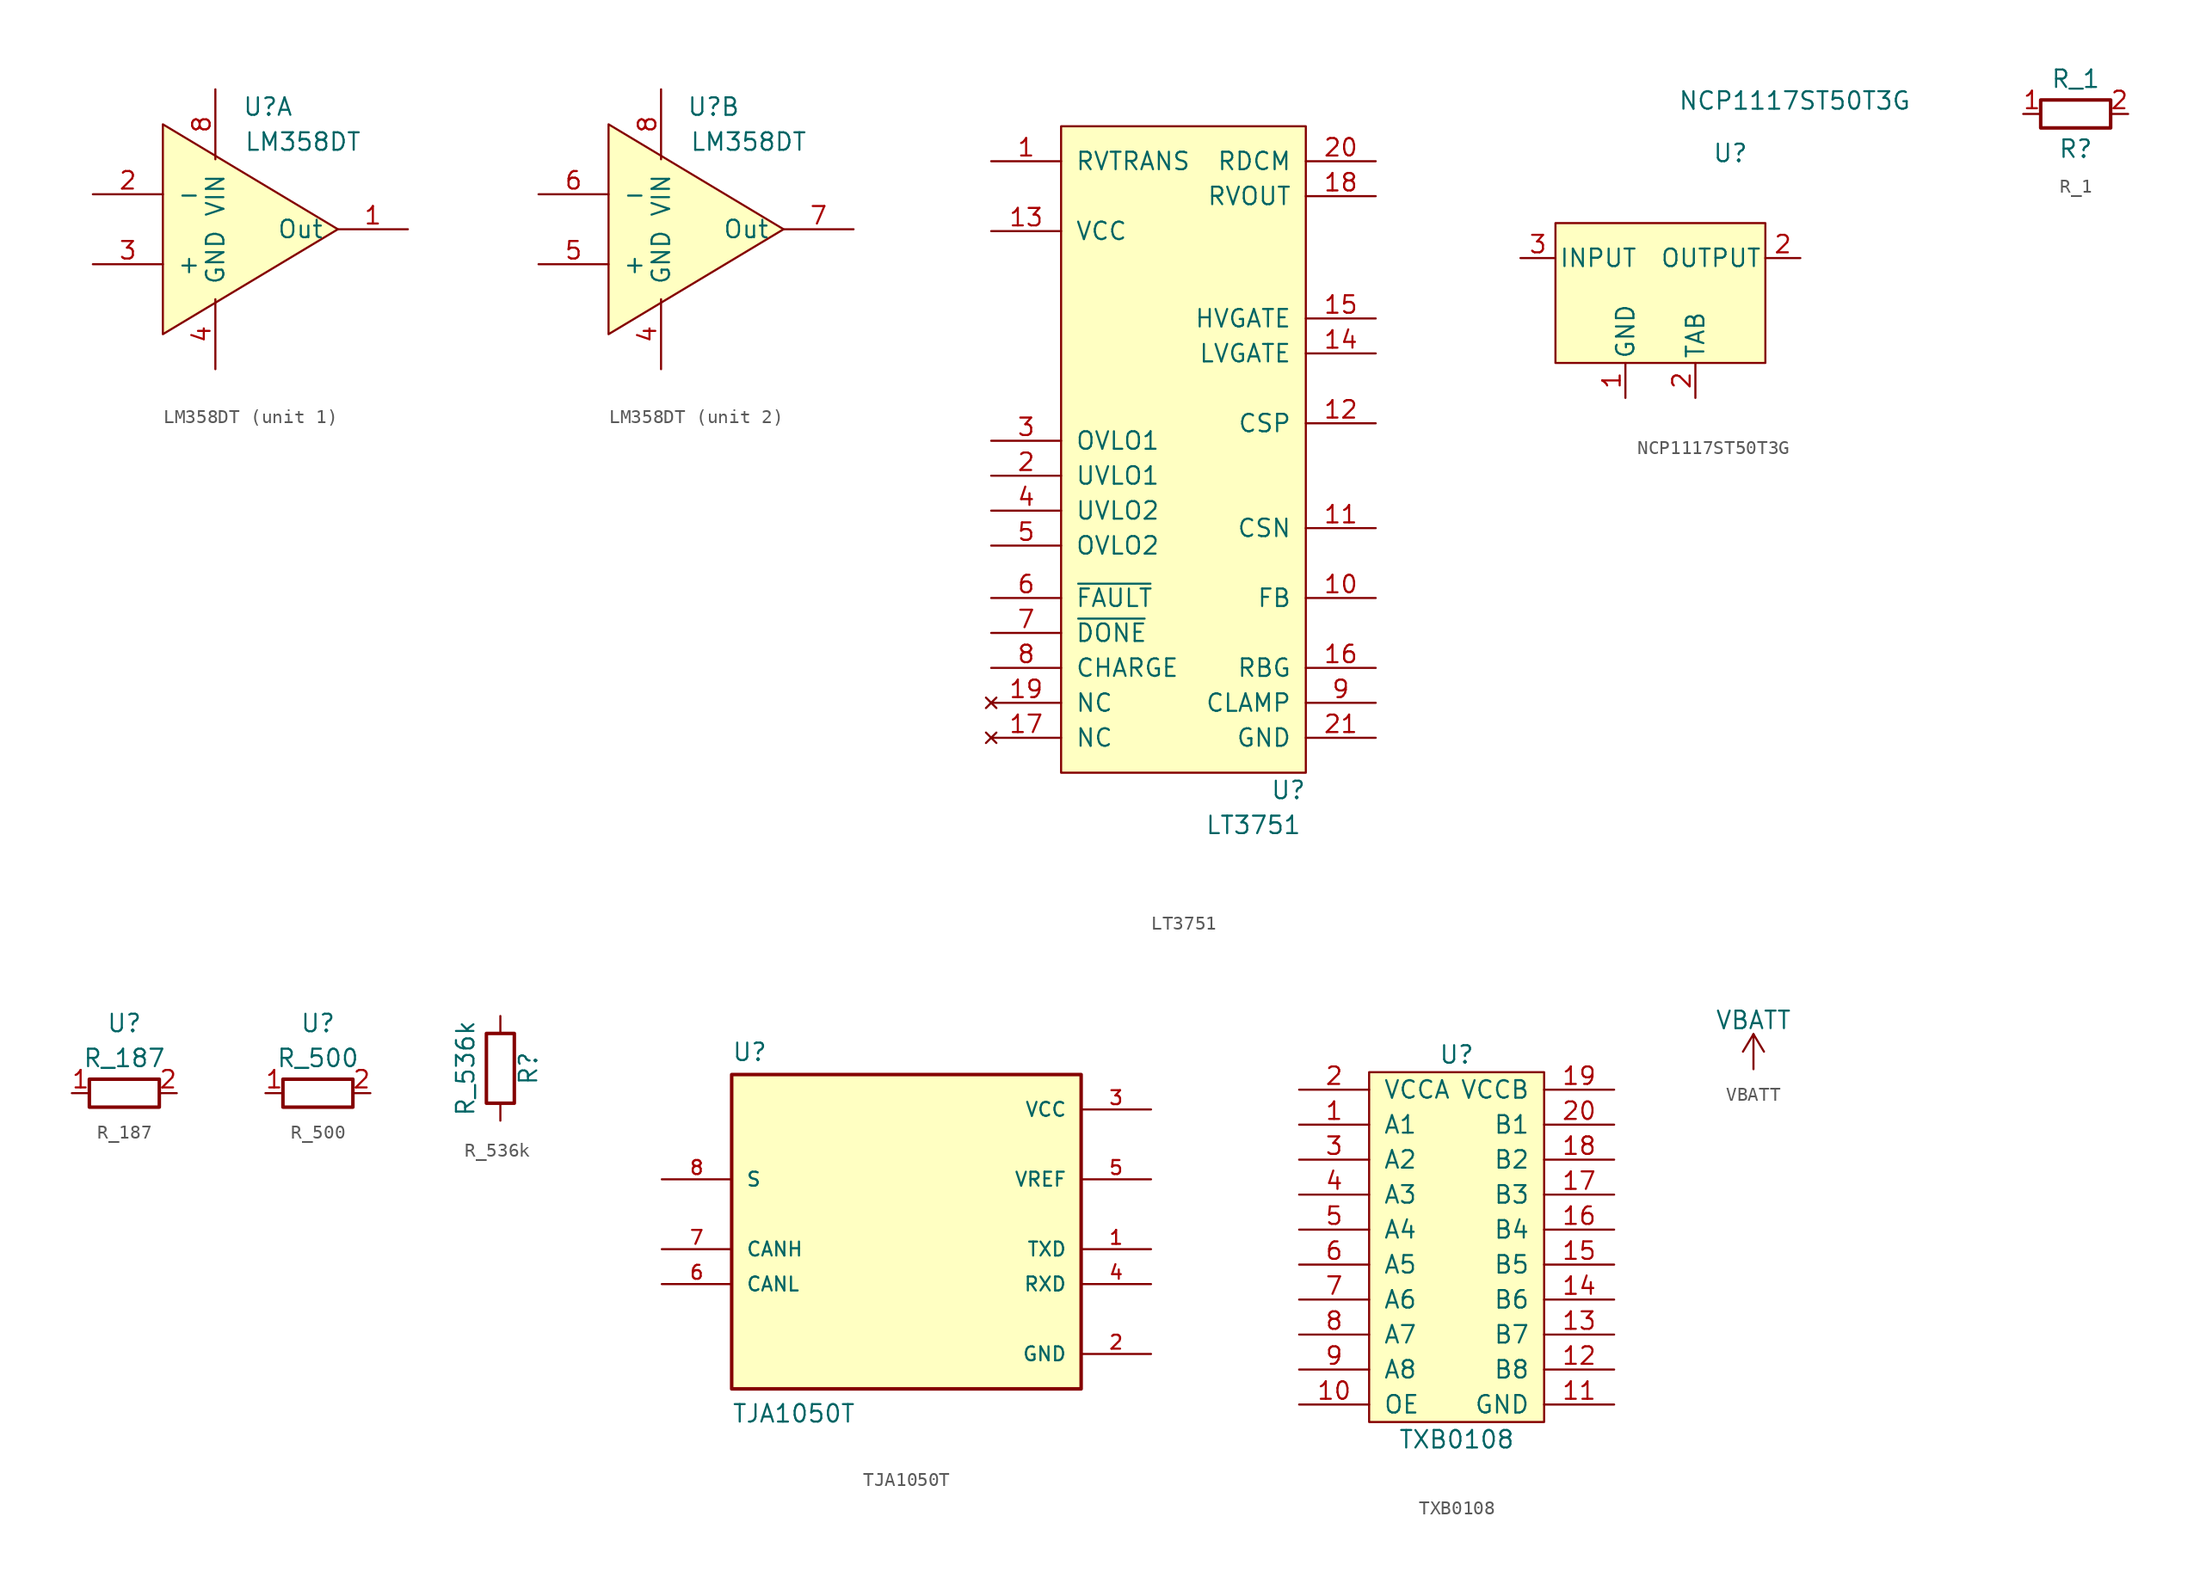
<source format=kicad_sym>
(kicad_symbol_lib
  (version 20211014)
  (generator kicad_symbol_editor)
  (symbol "LM358DT"
    (pin_names
      (offset 1.016))
    (property "Reference" "U"
      (at 3.81 8.89 0)
      (effects (font (size 1.27 1.27))))
    (property "Value" "LM358DT"
      (at 6.35 6.35 0)
      (effects (font (size 1.27 1.27))))
    (symbol "LM358DT_0_1"
      (polyline (pts (xy -3.81 7.62) (xy -3.81 -7.62) (xy 8.89 0) (xy -3.81 7.62)) (stroke (width 0) (type default) (color 0 0 0 0)) (fill (type background))))
    (symbol "LM358DT_1_1"
      (pin input line (at 13.97 0 180) (length 5.08) (name "Out" (effects (font (size 1.27 1.27)))) (number "1" (effects (font (size 1.27 1.27)))))
      (pin input line (at -8.89 2.54 0) (length 5.08) (name "-" (effects (font (size 1.27 1.27)))) (number "2" (effects (font (size 1.27 1.27)))))
      (pin input line (at -8.89 -2.54 0) (length 5.08) (name "+" (effects (font (size 1.27 1.27)))) (number "3" (effects (font (size 1.27 1.27)))))
      (pin input line (at 0 -10.16 90) (length 5.08) (name "GND" (effects (font (size 1.27 1.27)))) (number "4" (effects (font (size 1.27 1.27)))))
      (pin input line (at 0 10.16 270) (length 5.08) (name "VIN" (effects (font (size 1.27 1.27)))) (number "8" (effects (font (size 1.27 1.27))))))
    (symbol "LM358DT_2_1"
      (pin input line (at 0 -10.16 90) (length 5.08) (name "GND" (effects (font (size 1.27 1.27)))) (number "4" (effects (font (size 1.27 1.27)))))
      (pin input line (at -8.89 -2.54 0) (length 5.08) (name "+" (effects (font (size 1.27 1.27)))) (number "5" (effects (font (size 1.27 1.27)))))
      (pin input line (at -8.89 2.54 0) (length 5.08) (name "-" (effects (font (size 1.27 1.27)))) (number "6" (effects (font (size 1.27 1.27)))))
      (pin input line (at 13.97 0 180) (length 5.08) (name "Out" (effects (font (size 1.27 1.27)))) (number "7" (effects (font (size 1.27 1.27)))))
      (pin input line (at 0 10.16 270) (length 5.08) (name "VIN" (effects (font (size 1.27 1.27)))) (number "8" (effects (font (size 1.27 1.27)))))))
  (symbol "LT3751"
    (pin_names
      (offset 1.016))
    (property "Reference" "U"
      (at 7.62 -1.27 0)
      (effects (font (size 1.27 1.27))))
    (property "Value" "LT3751"
      (at 5.08 -3.81 0)
      (effects (font (size 1.27 1.27))))
    (symbol "LT3751_0_0"
      (pin input line (at -13.97 44.45 0) (length 5.08) (name "RVTRANS" (effects (font (size 1.27 1.27)))) (number "1" (effects (font (size 1.27 1.27)))))
      (pin input line (at 13.97 12.7 180) (length 5.08) (name "FB" (effects (font (size 1.27 1.27)))) (number "10" (effects (font (size 1.27 1.27)))))
      (pin input line (at 13.97 17.78 180) (length 5.08) (name "CSN" (effects (font (size 1.27 1.27)))) (number "11" (effects (font (size 1.27 1.27)))))
      (pin input line (at 13.97 25.4 180) (length 5.08) (name "CSP" (effects (font (size 1.27 1.27)))) (number "12" (effects (font (size 1.27 1.27)))))
      (pin power_in line (at -13.97 39.37 0) (length 5.08) (name "VCC" (effects (font (size 1.27 1.27)))) (number "13" (effects (font (size 1.27 1.27)))))
      (pin bidirectional line (at 13.97 30.48 180) (length 5.08) (name "LVGATE" (effects (font (size 1.27 1.27)))) (number "14" (effects (font (size 1.27 1.27)))))
      (pin output line (at 13.97 33.02 180) (length 5.08) (name "HVGATE" (effects (font (size 1.27 1.27)))) (number "15" (effects (font (size 1.27 1.27)))))
      (pin input line (at 13.97 7.62 180) (length 5.08) (name "RBG" (effects (font (size 1.27 1.27)))) (number "16" (effects (font (size 1.27 1.27)))))
      (pin no_connect line (at -13.97 2.54 0) (length 5.08) (name "NC" (effects (font (size 1.27 1.27)))) (number "17" (effects (font (size 1.27 1.27)))))
      (pin input line (at 13.97 41.91 180) (length 5.08) (name "RVOUT" (effects (font (size 1.27 1.27)))) (number "18" (effects (font (size 1.27 1.27)))))
      (pin no_connect line (at -13.97 5.08 0) (length 5.08) (name "NC" (effects (font (size 1.27 1.27)))) (number "19" (effects (font (size 1.27 1.27)))))
      (pin input line (at -13.97 21.59 0) (length 5.08) (name "UVLO1" (effects (font (size 1.27 1.27)))) (number "2" (effects (font (size 1.27 1.27)))))
      (pin input line (at 13.97 44.45 180) (length 5.08) (name "RDCM" (effects (font (size 1.27 1.27)))) (number "20" (effects (font (size 1.27 1.27)))))
      (pin power_in line (at 13.97 2.54 180) (length 5.08) (name "GND" (effects (font (size 1.27 1.27)))) (number "21" (effects (font (size 1.27 1.27)))))
      (pin input line (at -13.97 24.13 0) (length 5.08) (name "OVLO1" (effects (font (size 1.27 1.27)))) (number "3" (effects (font (size 1.27 1.27)))))
      (pin input line (at -13.97 19.05 0) (length 5.08) (name "UVLO2" (effects (font (size 1.27 1.27)))) (number "4" (effects (font (size 1.27 1.27)))))
      (pin input line (at -13.97 16.51 0) (length 5.08) (name "OVLO2" (effects (font (size 1.27 1.27)))) (number "5" (effects (font (size 1.27 1.27)))))
      (pin open_collector line (at -13.97 12.7 0) (length 5.08) (name "~{FAULT}" (effects (font (size 1.27 1.27)))) (number "6" (effects (font (size 1.27 1.27)))))
      (pin open_collector line (at -13.97 10.16 0) (length 5.08) (name "~{DONE}" (effects (font (size 1.27 1.27)))) (number "7" (effects (font (size 1.27 1.27)))))
      (pin input line (at -13.97 7.62 0) (length 5.08) (name "CHARGE" (effects (font (size 1.27 1.27)))) (number "8" (effects (font (size 1.27 1.27)))))
      (pin input line (at 13.97 5.08 180) (length 5.08) (name "CLAMP" (effects (font (size 1.27 1.27)))) (number "9" (effects (font (size 1.27 1.27))))))
    (symbol "LT3751_0_1"
      (rectangle (start -8.89 46.99) (end 8.89 0) (stroke (width 0) (type default) (color 0 0 0 0)) (fill (type background)))))
  (symbol "NCP1117ST50T3G"
    (pin_names
      (offset 0.254))
    (property "Reference" "U"
      (at 5.08 10.16 0)
      (effects (font (size 1.27 1.27))))
    (property "Value" "NCP1117ST50T3G"
      (at 1.27 13.97 0)
      (effects (font (size 1.27 1.27)) (justify left)))
    (symbol "NCP1117ST50T3G_0_1"
      (rectangle (start -7.62 5.08) (end 7.62 -5.08) (stroke (width 0) (type default) (color 0 0 0 0)) (fill (type background))))
    (symbol "NCP1117ST50T3G_1_1"
      (pin power_in line (at -2.54 -7.62 90) (length 2.54) (name "GND" (effects (font (size 1.27 1.27)))) (number "1" (effects (font (size 1.27 1.27)))))
      (pin power_in line (at 10.16 2.54 180) (length 2.54) (name "OUTPUT" (effects (font (size 1.27 1.27)))) (number "2" (effects (font (size 1.27 1.27)))))
      (pin power_in line (at 2.54 -7.62 90) (length 2.54) (name "TAB" (effects (font (size 1.27 1.27)))) (number "2" (effects (font (size 1.27 1.27)))))
      (pin passive line (at -10.16 2.54 0) (length 2.54) (name "INPUT" (effects (font (size 1.27 1.27)))) (number "3" (effects (font (size 1.27 1.27)))))))
  (symbol "R_1"
    (pin_names
      (offset 1.016))
    (property "Reference" "R"
      (at 0 -2.54 0)
      (effects (font (size 1.27 1.27))))
    (property "Value" "R_1"
      (at 0 2.54 0)
      (effects (font (size 1.27 1.27))))
    (symbol "R_1_1_1"
      (rectangle (start 2.54 -1.016) (end -2.54 1.016) (stroke (width 0.254) (type default) (color 0 0 0 0)) (fill (type none)))
      (pin passive line (at -3.81 0 0) (length 1.27) (name "~" (effects (font (size 1.27 1.27)))) (number "1" (effects (font (size 1.27 1.27)))))
      (pin passive line (at 3.81 0 180) (length 1.27) (name "~" (effects (font (size 1.27 1.27)))) (number "2" (effects (font (size 1.27 1.27)))))))
  (symbol "R_187"
    (pin_names
      (offset 1.016))
    (property "Reference" "U"
      (at 0 2.54 0)
      (effects (font (size 1.27 1.27))))
    (property "Value" "R_187"
      (at 0 0 0)
      (effects (font (size 1.27 1.27))))
    (symbol "R_187_1_1"
      (rectangle (start 2.54 -3.556) (end -2.54 -1.524) (stroke (width 0.254) (type default) (color 0 0 0 0)) (fill (type none)))
      (pin passive line (at -3.81 -2.54 0) (length 1.27) (name "~" (effects (font (size 1.27 1.27)))) (number "1" (effects (font (size 1.27 1.27)))))
      (pin passive line (at 3.81 -2.54 180) (length 1.27) (name "~" (effects (font (size 1.27 1.27)))) (number "2" (effects (font (size 1.27 1.27)))))))
  (symbol "R_500"
    (pin_names
      (offset 1.016))
    (property "Reference" "U"
      (at 0 5.08 0)
      (effects (font (size 1.27 1.27))))
    (property "Value" "R_500"
      (at 0 2.54 0)
      (effects (font (size 1.27 1.27))))
    (symbol "R_500_1_1"
      (rectangle (start 2.54 -1.016) (end -2.54 1.016) (stroke (width 0.254) (type default) (color 0 0 0 0)) (fill (type none)))
      (pin passive line (at -3.81 0 0) (length 1.27) (name "~" (effects (font (size 1.27 1.27)))) (number "1" (effects (font (size 1.27 1.27)))))
      (pin passive line (at 3.81 0 180) (length 1.27) (name "~" (effects (font (size 1.27 1.27)))) (number "2" (effects (font (size 1.27 1.27)))))))
  (symbol "R_536k"
    (pin_numbers hide)
    (pin_names
      (offset 0))
    (property "Reference" "R"
      (at 2.032 0 90)
      (effects (font (size 1.27 1.27))))
    (property "Value" "R_536k"
      (at -2.54 0 90)
      (effects (font (size 1.27 1.27))))
    (symbol "R_536k_0_1"
      (rectangle (start -1.016 -2.54) (end 1.016 2.54) (stroke (width 0.254) (type default) (color 0 0 0 0)) (fill (type none))))
    (symbol "R_536k_1_1"
      (pin passive line (at 0 3.81 270) (length 1.27) (name "~" (effects (font (size 1.27 1.27)))) (number "1" (effects (font (size 1.27 1.27)))))
      (pin passive line (at 0 -3.81 90) (length 1.27) (name "~" (effects (font (size 1.27 1.27)))) (number "2" (effects (font (size 1.27 1.27)))))))
  (symbol "TJA1050T"
    (pin_names
      (offset 1.016))
    (property "Reference" "U"
      (at -12.7 11.049 0)
      (effects (font (size 1.27 1.27)) (justify left bottom)))
    (property "Value" "TJA1050T"
      (at -12.7 -15.24 0)
      (effects (font (size 1.27 1.27)) (justify left bottom)))
    (symbol "TJA1050T_0_0"
      (rectangle (start -12.7 -12.7) (end 12.7 10.16) (stroke (width 0.254) (type default) (color 0 0 0 0)) (fill (type background)))
      (pin input line (at 17.78 -2.54 180) (length 5.08) (name "TXD" (effects (font (size 1.016 1.016)))) (number "1" (effects (font (size 1.016 1.016)))))
      (pin power_in line (at 17.78 -10.16 180) (length 5.08) (name "GND" (effects (font (size 1.016 1.016)))) (number "2" (effects (font (size 1.016 1.016)))))
      (pin power_in line (at 17.78 7.62 180) (length 5.08) (name "VCC" (effects (font (size 1.016 1.016)))) (number "3" (effects (font (size 1.016 1.016)))))
      (pin output line (at 17.78 -5.08 180) (length 5.08) (name "RXD" (effects (font (size 1.016 1.016)))) (number "4" (effects (font (size 1.016 1.016)))))
      (pin output line (at 17.78 2.54 180) (length 5.08) (name "VREF" (effects (font (size 1.016 1.016)))) (number "5" (effects (font (size 1.016 1.016)))))
      (pin bidirectional line (at -17.78 -5.08 0) (length 5.08) (name "CANL" (effects (font (size 1.016 1.016)))) (number "6" (effects (font (size 1.016 1.016)))))
      (pin bidirectional line (at -17.78 -2.54 0) (length 5.08) (name "CANH" (effects (font (size 1.016 1.016)))) (number "7" (effects (font (size 1.016 1.016)))))
      (pin input line (at -17.78 2.54 0) (length 5.08) (name "S" (effects (font (size 1.016 1.016)))) (number "8" (effects (font (size 1.016 1.016)))))))
  (symbol "TXB0108"
    (pin_names
      (offset 1.016))
    (property "Reference" "U"
      (at 0 1.27 0)
      (effects (font (size 1.27 1.27))))
    (property "Value" "TXB0108"
      (at 0 -26.67 0)
      (effects (font (size 1.27 1.27))))
    (symbol "TXB0108_0_1"
      (rectangle (start -6.35 0) (end 6.35 -25.4) (stroke (width 0) (type default) (color 0 0 0 0)) (fill (type background))))
    (symbol "TXB0108_1_1"
      (pin bidirectional line (at -11.43 -3.81 0) (length 5.08) (name "A1" (effects (font (size 1.27 1.27)))) (number "1" (effects (font (size 1.27 1.27)))))
      (pin input line (at -11.43 -24.13 0) (length 5.08) (name "OE" (effects (font (size 1.27 1.27)))) (number "10" (effects (font (size 1.27 1.27)))))
      (pin power_in line (at 11.43 -24.13 180) (length 5.08) (name "GND" (effects (font (size 1.27 1.27)))) (number "11" (effects (font (size 1.27 1.27)))))
      (pin bidirectional line (at 11.43 -21.59 180) (length 5.08) (name "B8" (effects (font (size 1.27 1.27)))) (number "12" (effects (font (size 1.27 1.27)))))
      (pin bidirectional line (at 11.43 -19.05 180) (length 5.08) (name "B7" (effects (font (size 1.27 1.27)))) (number "13" (effects (font (size 1.27 1.27)))))
      (pin bidirectional line (at 11.43 -16.51 180) (length 5.08) (name "B6" (effects (font (size 1.27 1.27)))) (number "14" (effects (font (size 1.27 1.27)))))
      (pin bidirectional line (at 11.43 -13.97 180) (length 5.08) (name "B5" (effects (font (size 1.27 1.27)))) (number "15" (effects (font (size 1.27 1.27)))))
      (pin bidirectional line (at 11.43 -11.43 180) (length 5.08) (name "B4" (effects (font (size 1.27 1.27)))) (number "16" (effects (font (size 1.27 1.27)))))
      (pin bidirectional line (at 11.43 -8.89 180) (length 5.08) (name "B3" (effects (font (size 1.27 1.27)))) (number "17" (effects (font (size 1.27 1.27)))))
      (pin bidirectional line (at 11.43 -6.35 180) (length 5.08) (name "B2" (effects (font (size 1.27 1.27)))) (number "18" (effects (font (size 1.27 1.27)))))
      (pin power_in line (at 11.43 -1.27 180) (length 5.08) (name "VCCB" (effects (font (size 1.27 1.27)))) (number "19" (effects (font (size 1.27 1.27)))))
      (pin power_in line (at -11.43 -1.27 0) (length 5.08) (name "VCCA" (effects (font (size 1.27 1.27)))) (number "2" (effects (font (size 1.27 1.27)))))
      (pin bidirectional line (at 11.43 -3.81 180) (length 5.08) (name "B1" (effects (font (size 1.27 1.27)))) (number "20" (effects (font (size 1.27 1.27)))))
      (pin bidirectional line (at -11.43 -6.35 0) (length 5.08) (name "A2" (effects (font (size 1.27 1.27)))) (number "3" (effects (font (size 1.27 1.27)))))
      (pin bidirectional line (at -11.43 -8.89 0) (length 5.08) (name "A3" (effects (font (size 1.27 1.27)))) (number "4" (effects (font (size 1.27 1.27)))))
      (pin bidirectional line (at -11.43 -11.43 0) (length 5.08) (name "A4" (effects (font (size 1.27 1.27)))) (number "5" (effects (font (size 1.27 1.27)))))
      (pin bidirectional line (at -11.43 -13.97 0) (length 5.08) (name "A5" (effects (font (size 1.27 1.27)))) (number "6" (effects (font (size 1.27 1.27)))))
      (pin bidirectional line (at -11.43 -16.51 0) (length 5.08) (name "A6" (effects (font (size 1.27 1.27)))) (number "7" (effects (font (size 1.27 1.27)))))
      (pin bidirectional line (at -11.43 -19.05 0) (length 5.08) (name "A7" (effects (font (size 1.27 1.27)))) (number "8" (effects (font (size 1.27 1.27)))))
      (pin bidirectional line (at -11.43 -21.59 0) (length 5.08) (name "A8" (effects (font (size 1.27 1.27)))) (number "9" (effects (font (size 1.27 1.27)))))))
  (symbol "VBATT"
    (power)
    (pin_names
      (offset 0))
    (property "Reference" "#PWR"
      (at 0 -3.81 0)
      (effects (font (size 1.27 1.27)) hide))
    (property "Value" "VBATT"
      (at 0 3.556 0)
      (effects (font (size 1.27 1.27))))
    (symbol "VBATT_0_1"
      (polyline (pts (xy -0.762 1.27) (xy 0 2.54)) (stroke (width 0) (type default) (color 0 0 0 0)) (fill (type none)))
      (polyline (pts (xy 0 0) (xy 0 2.54)) (stroke (width 0) (type default) (color 0 0 0 0)) (fill (type none)))
      (polyline (pts (xy 0 2.54) (xy 0.762 1.27)) (stroke (width 0) (type default) (color 0 0 0 0)) (fill (type none))))
    (symbol "VBATT_1_1"
      (pin power_in line (at 0 0 90) (length 0) hide (name "+BATT" (effects (font (size 1.27 1.27)))) (number "1" (effects (font (size 1.27 1.27))))))))
</source>
